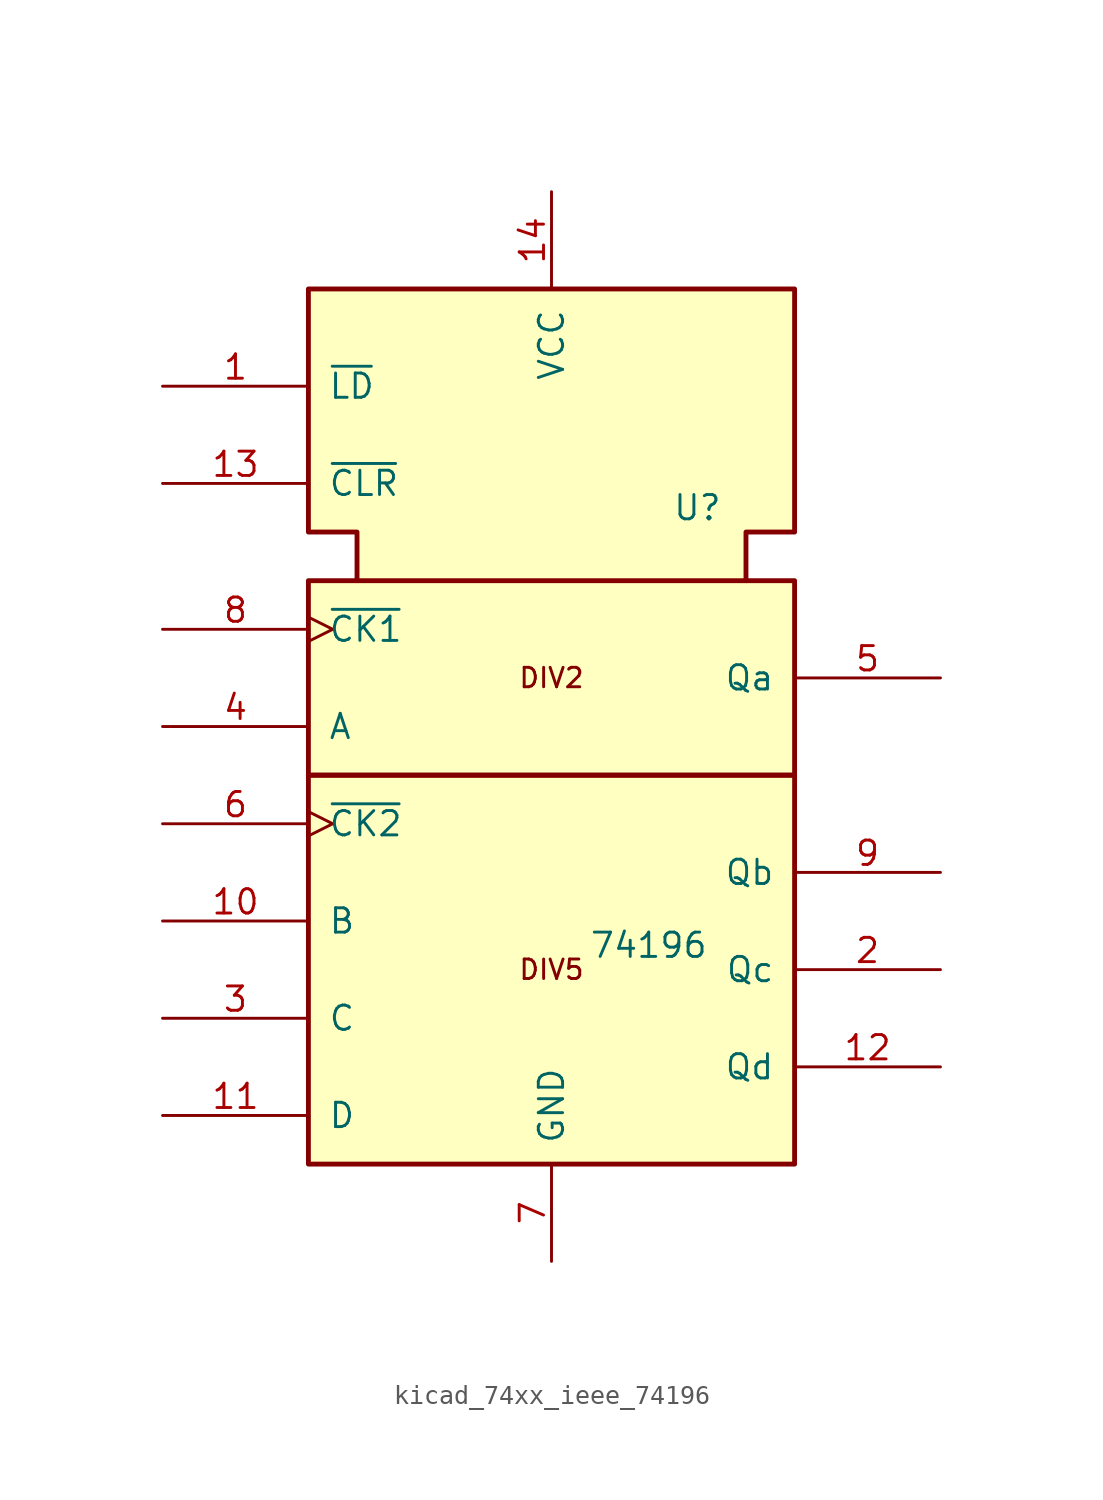
<source format=kicad_sym>
(kicad_symbol_lib
  (version 20220914)
  (generator kicad_symbol_editor)
  (symbol "kicad_74xx_ieee_74196"
    (pin_names
      (offset 1.016))
    (property "Reference" "U"
      (at 7.62 6.35 0)
      (effects (font (size 1.27 1.27))))
    (property "Value" "74196"
      (at 5.08 -16.51 0)
      (effects (font (size 1.27 1.27))))
    (symbol "kicad_74xx_ieee_74196_0_0"
      (polyline (pts (xy -10.16 2.54) (xy -10.16 5.08) (xy -12.7 5.08) (xy -12.7 17.78) (xy 12.7 17.78) (xy 12.7 5.08) (xy 10.16 5.08) (xy 10.16 2.54) (xy 10.16 2.54)) (stroke (width 0.254) (type default)) (fill (type background)))
      (text "DIV2" (at 0 -2.54 0) (effects (font (size 1.016 1.016))))
      (text "DIV5" (at 0 -17.78 0) (effects (font (size 1.016 1.016)))))
    (symbol "kicad_74xx_ieee_74196_0_1"
      (rectangle (start -12.7 -7.62) (end 12.7 -27.94) (stroke (width 0.254) (type default)) (fill (type background)))
      (rectangle (start -12.7 2.54) (end 12.7 -7.62) (stroke (width 0.254) (type default)) (fill (type background)))
      (pin power_in line (at 0 22.86 270) (length 5.08) (name "VCC" (effects (font (size 1.27 1.27)))) (number "14" (effects (font (size 1.27 1.27)))))
      (pin power_in line (at 0 -33.02 90) (length 5.08) (name "GND" (effects (font (size 1.27 1.27)))) (number "7" (effects (font (size 1.27 1.27))))))
    (symbol "kicad_74xx_ieee_74196_1_1"
      (pin input line (at -20.32 12.7 0) (length 7.62) (name "~{LD}" (effects (font (size 1.27 1.27)))) (number "1" (effects (font (size 1.27 1.27)))))
      (pin input line (at -20.32 -15.24 0) (length 7.62) (name "B" (effects (font (size 1.27 1.27)))) (number "10" (effects (font (size 1.27 1.27)))))
      (pin input line (at -20.32 -25.4 0) (length 7.62) (name "D" (effects (font (size 1.27 1.27)))) (number "11" (effects (font (size 1.27 1.27)))))
      (pin output line (at 20.32 -22.86 180) (length 7.62) (name "Qd" (effects (font (size 1.27 1.27)))) (number "12" (effects (font (size 1.27 1.27)))))
      (pin input line (at -20.32 7.62 0) (length 7.62) (name "~{CLR}" (effects (font (size 1.27 1.27)))) (number "13" (effects (font (size 1.27 1.27)))))
      (pin output line (at 20.32 -17.78 180) (length 7.62) (name "Qc" (effects (font (size 1.27 1.27)))) (number "2" (effects (font (size 1.27 1.27)))))
      (pin input line (at -20.32 -20.32 0) (length 7.62) (name "C" (effects (font (size 1.27 1.27)))) (number "3" (effects (font (size 1.27 1.27)))))
      (pin input line (at -20.32 -5.08 0) (length 7.62) (name "A" (effects (font (size 1.27 1.27)))) (number "4" (effects (font (size 1.27 1.27)))))
      (pin output line (at 20.32 -2.54 180) (length 7.62) (name "Qa" (effects (font (size 1.27 1.27)))) (number "5" (effects (font (size 1.27 1.27)))))
      (pin input clock (at -20.32 -10.16 0) (length 7.62) (name "~{CK2}" (effects (font (size 1.27 1.27)))) (number "6" (effects (font (size 1.27 1.27)))))
      (pin input clock (at -20.32 0 0) (length 7.62) (name "~{CK1}" (effects (font (size 1.27 1.27)))) (number "8" (effects (font (size 1.27 1.27)))))
      (pin output line (at 20.32 -12.7 180) (length 7.62) (name "Qb" (effects (font (size 1.27 1.27)))) (number "9" (effects (font (size 1.27 1.27))))))))
</source>
